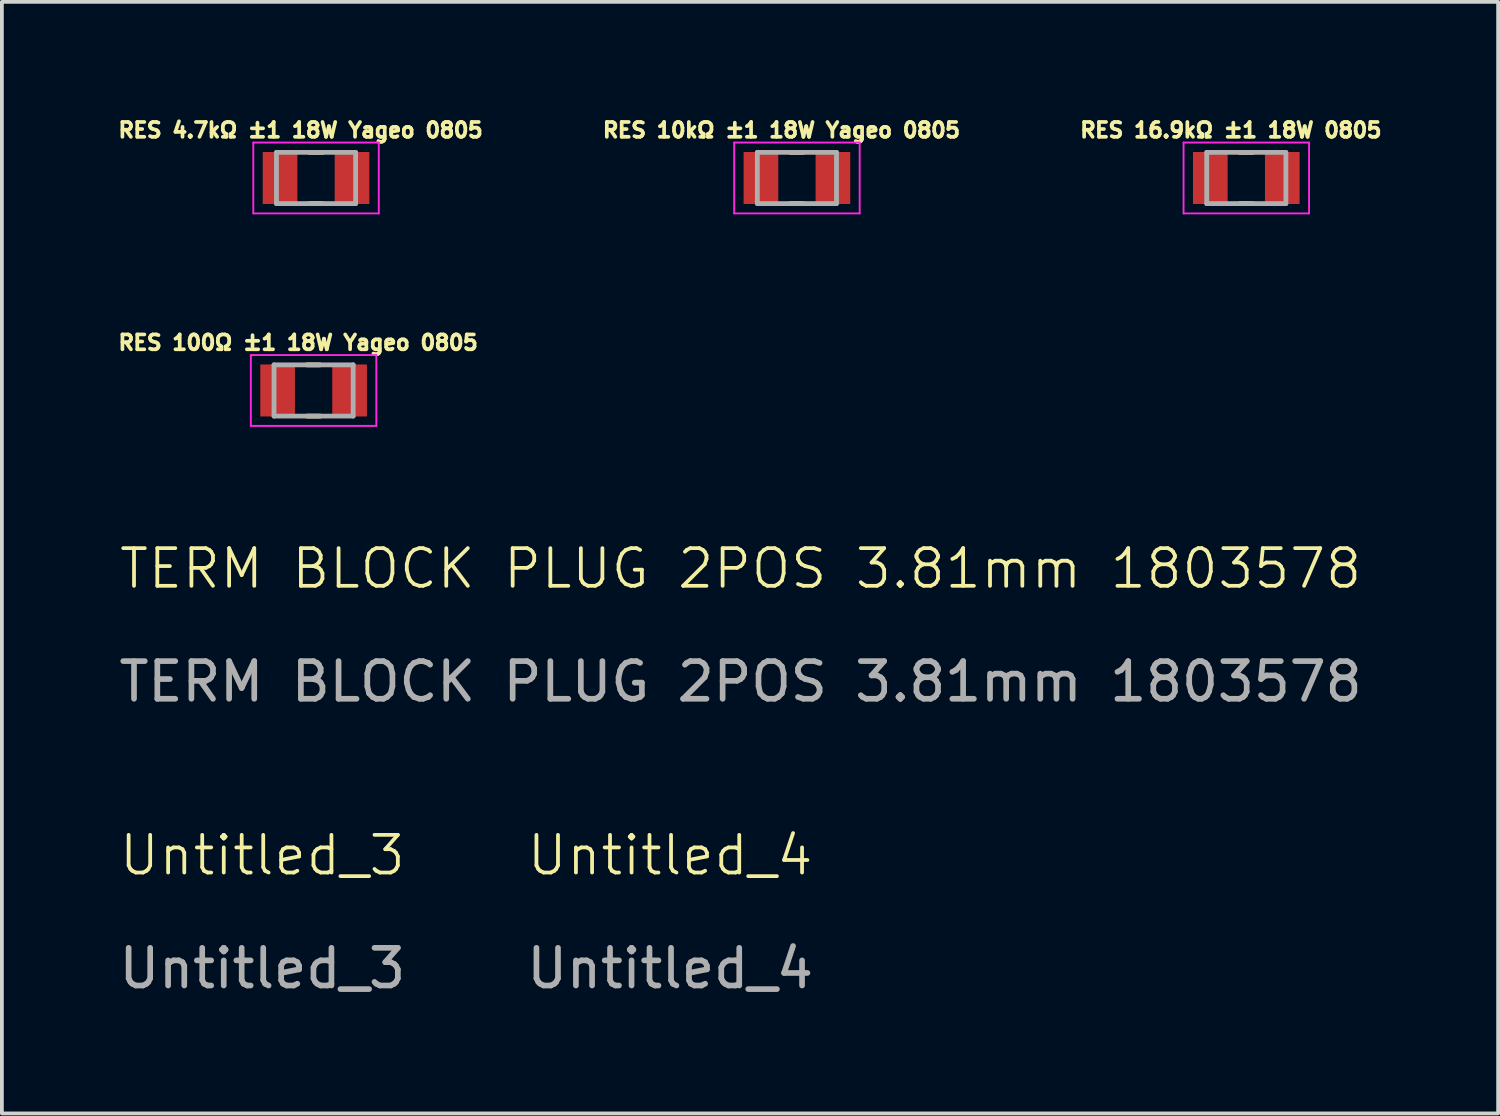
<source format=kicad_pcb>
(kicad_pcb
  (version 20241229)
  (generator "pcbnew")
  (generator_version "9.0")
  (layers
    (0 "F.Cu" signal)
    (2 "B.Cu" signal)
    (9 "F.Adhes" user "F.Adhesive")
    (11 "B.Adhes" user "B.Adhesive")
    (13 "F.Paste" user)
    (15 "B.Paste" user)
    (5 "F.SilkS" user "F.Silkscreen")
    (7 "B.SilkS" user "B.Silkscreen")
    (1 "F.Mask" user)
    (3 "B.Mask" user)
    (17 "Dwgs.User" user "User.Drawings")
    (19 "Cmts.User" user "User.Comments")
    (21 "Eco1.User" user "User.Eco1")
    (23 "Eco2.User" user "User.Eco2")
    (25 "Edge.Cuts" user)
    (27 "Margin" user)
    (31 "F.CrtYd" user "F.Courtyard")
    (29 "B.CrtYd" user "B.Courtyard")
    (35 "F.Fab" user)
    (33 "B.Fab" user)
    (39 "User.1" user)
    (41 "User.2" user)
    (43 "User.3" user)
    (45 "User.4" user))
  (footprint "RES 100Ω ±1 18W Yageo 0805"
    (layer "F.Cu")
    (at 5.271 7.311)
    (property "Reference" "RES 100Ω ±1 18W Yageo 0805" (at -0.41 -1.27 0) (layer "F.SilkS") (effects (font (size 0.394 0.394) (thickness 0.098))))
    (attr smd)
    (fp_line (start -0.17 -0.68) (end 0.17 -0.68) (stroke (width 0.127) (type solid)) (layer "F.SilkS"))
    (fp_line (start -0.17 0.68) (end 0.17 0.68) (stroke (width 0.127) (type solid)) (layer "F.SilkS"))
    (fp_line (start -1.665 -0.94) (end 1.665 -0.94) (stroke (width 0.05) (type solid)) (layer "F.CrtYd"))
    (fp_line (start -1.665 0.94) (end -1.665 -0.94) (stroke (width 0.05) (type solid)) (layer "F.CrtYd"))
    (fp_line (start -1.665 0.94) (end 1.665 0.94) (stroke (width 0.05) (type solid)) (layer "F.CrtYd"))
    (fp_line (start 1.665 0.94) (end 1.665 -0.94) (stroke (width 0.05) (type solid)) (layer "F.CrtYd"))
    (fp_line (start -1.05 0.68) (end -1.05 -0.68) (stroke (width 0.127) (type solid)) (layer "F.Fab"))
    (fp_line (start 1.05 -0.68) (end -1.05 -0.68) (stroke (width 0.127) (type solid)) (layer "F.Fab"))
    (fp_line (start 1.05 0.68) (end -1.05 0.68) (stroke (width 0.127) (type solid)) (layer "F.Fab"))
    (fp_line (start 1.05 0.68) (end 1.05 -0.68) (stroke (width 0.127) (type solid)) (layer "F.Fab"))
    (pad "1" smd rect (at -0.955 0) (size 0.92 1.38) (layers "F.Cu" "F.Mask" "F.Paste"))
    (pad "2" smd rect (at 0.955 0) (size 0.92 1.38) (layers "F.Cu" "F.Mask" "F.Paste")))
  (footprint "TERM BLOCK PLUG 2POS 3.81mm 1803578"
    (layer "F.Cu")
    (at 16.601 12.537)
    (property "Reference" "TERM BLOCK PLUG 2POS 3.81mm 1803578" (at 0 -0.5 0) (unlocked yes) (layer "F.SilkS") (effects (font (size 1 1) (thickness 0.1))))
    (attr through_hole)
    (fp_text user "${REFERENCE}" (at 0 2.5 0) (unlocked yes) (layer "F.Fab") (effects (font (size 1 1) (thickness 0.15)))))
  (footprint "RES 16.9kΩ ±1 18W 0805"
    (layer "F.Cu")
    (at 30.02 1.673)
    (property "Reference" "RES 16.9kΩ ±1 18W 0805" (at -0.41 -1.27 0) (layer "F.SilkS") (effects (font (size 0.394 0.394) (thickness 0.098))))
    (attr smd)
    (fp_line (start -0.17 -0.68) (end 0.17 -0.68) (stroke (width 0.127) (type solid)) (layer "F.SilkS"))
    (fp_line (start -0.17 0.68) (end 0.17 0.68) (stroke (width 0.127) (type solid)) (layer "F.SilkS"))
    (fp_line (start -1.665 -0.94) (end 1.665 -0.94) (stroke (width 0.05) (type solid)) (layer "F.CrtYd"))
    (fp_line (start -1.665 0.94) (end -1.665 -0.94) (stroke (width 0.05) (type solid)) (layer "F.CrtYd"))
    (fp_line (start -1.665 0.94) (end 1.665 0.94) (stroke (width 0.05) (type solid)) (layer "F.CrtYd"))
    (fp_line (start 1.665 0.94) (end 1.665 -0.94) (stroke (width 0.05) (type solid)) (layer "F.CrtYd"))
    (fp_line (start -1.05 0.68) (end -1.05 -0.68) (stroke (width 0.127) (type solid)) (layer "F.Fab"))
    (fp_line (start 1.05 -0.68) (end -1.05 -0.68) (stroke (width 0.127) (type solid)) (layer "F.Fab"))
    (fp_line (start 1.05 0.68) (end -1.05 0.68) (stroke (width 0.127) (type solid)) (layer "F.Fab"))
    (fp_line (start 1.05 0.68) (end 1.05 -0.68) (stroke (width 0.127) (type solid)) (layer "F.Fab"))
    (pad "1" smd rect (at -0.955 0) (size 0.92 1.38) (layers "F.Cu" "F.Mask" "F.Paste"))
    (pad "2" smd rect (at 0.955 0) (size 0.92 1.38) (layers "F.Cu" "F.Mask" "F.Paste")))
  (footprint "RES 4.7kΩ ±1 18W Yageo 0805"
    (layer "F.Cu")
    (at 5.336 1.673)
    (property "Reference" "RES 4.7kΩ ±1 18W Yageo 0805" (at -0.41 -1.27 0) (layer "F.SilkS") (effects (font (size 0.394 0.394) (thickness 0.098))))
    (attr smd)
    (fp_line (start -0.17 -0.68) (end 0.17 -0.68) (stroke (width 0.127) (type solid)) (layer "F.SilkS"))
    (fp_line (start -0.17 0.68) (end 0.17 0.68) (stroke (width 0.127) (type solid)) (layer "F.SilkS"))
    (fp_line (start -1.665 -0.94) (end 1.665 -0.94) (stroke (width 0.05) (type solid)) (layer "F.CrtYd"))
    (fp_line (start -1.665 0.94) (end -1.665 -0.94) (stroke (width 0.05) (type solid)) (layer "F.CrtYd"))
    (fp_line (start -1.665 0.94) (end 1.665 0.94) (stroke (width 0.05) (type solid)) (layer "F.CrtYd"))
    (fp_line (start 1.665 0.94) (end 1.665 -0.94) (stroke (width 0.05) (type solid)) (layer "F.CrtYd"))
    (fp_line (start -1.05 0.68) (end -1.05 -0.68) (stroke (width 0.127) (type solid)) (layer "F.Fab"))
    (fp_line (start 1.05 -0.68) (end -1.05 -0.68) (stroke (width 0.127) (type solid)) (layer "F.Fab"))
    (fp_line (start 1.05 0.68) (end -1.05 0.68) (stroke (width 0.127) (type solid)) (layer "F.Fab"))
    (fp_line (start 1.05 0.68) (end 1.05 -0.68) (stroke (width 0.127) (type solid)) (layer "F.Fab"))
    (pad "1" smd rect (at -0.955 0) (size 0.92 1.38) (layers "F.Cu" "F.Mask" "F.Paste"))
    (pad "2" smd rect (at 0.955 0) (size 0.92 1.38) (layers "F.Cu" "F.Mask" "F.Paste")))
  (footprint "Untitled_4"
    (layer "F.Cu")
    (at 14.732 20.145)
    (property "Reference" "Untitled_4" (at 0 -0.5 0) (unlocked yes) (layer "F.SilkS") (effects (font (size 1 1) (thickness 0.1))))
    (fp_text user "${REFERENCE}" (at 0 2.5 0) (unlocked yes) (layer "F.Fab") (effects (font (size 1 1) (thickness 0.15)))))
  (footprint "Untitled_3"
    (layer "F.Cu")
    (at 3.911 20.145)
    (property "Reference" "Untitled_3" (at 0 -0.5 0) (unlocked yes) (layer "F.SilkS") (effects (font (size 1 1) (thickness 0.1))))
    (fp_text user "${REFERENCE}" (at 0 2.5 0) (unlocked yes) (layer "F.Fab") (effects (font (size 1 1) (thickness 0.15)))))
  (footprint "RES 10kΩ ±1 18W Yageo 0805"
    (layer "F.Cu")
    (at 18.096 1.673)
    (property "Reference" "RES 10kΩ ±1 18W Yageo 0805" (at -0.41 -1.27 0) (layer "F.SilkS") (effects (font (size 0.394 0.394) (thickness 0.098))))
    (attr smd)
    (fp_line (start -0.17 -0.68) (end 0.17 -0.68) (stroke (width 0.127) (type solid)) (layer "F.SilkS"))
    (fp_line (start -0.17 0.68) (end 0.17 0.68) (stroke (width 0.127) (type solid)) (layer "F.SilkS"))
    (fp_line (start -1.665 -0.94) (end 1.665 -0.94) (stroke (width 0.05) (type solid)) (layer "F.CrtYd"))
    (fp_line (start -1.665 0.94) (end -1.665 -0.94) (stroke (width 0.05) (type solid)) (layer "F.CrtYd"))
    (fp_line (start -1.665 0.94) (end 1.665 0.94) (stroke (width 0.05) (type solid)) (layer "F.CrtYd"))
    (fp_line (start 1.665 0.94) (end 1.665 -0.94) (stroke (width 0.05) (type solid)) (layer "F.CrtYd"))
    (fp_line (start -1.05 0.68) (end -1.05 -0.68) (stroke (width 0.127) (type solid)) (layer "F.Fab"))
    (fp_line (start 1.05 -0.68) (end -1.05 -0.68) (stroke (width 0.127) (type solid)) (layer "F.Fab"))
    (fp_line (start 1.05 0.68) (end -1.05 0.68) (stroke (width 0.127) (type solid)) (layer "F.Fab"))
    (fp_line (start 1.05 0.68) (end 1.05 -0.68) (stroke (width 0.127) (type solid)) (layer "F.Fab"))
    (pad "1" smd rect (at -0.955 0) (size 0.92 1.38) (layers "F.Cu" "F.Mask" "F.Paste"))
    (pad "2" smd rect (at 0.955 0) (size 0.92 1.38) (layers "F.Cu" "F.Mask" "F.Paste")))
  (gr_rect
    (start -3 -3)
    (end 36.702 26.494)
    (stroke (width 0.1) (type default))
    (fill no)
    (layer "Edge.Cuts")))
</source>
